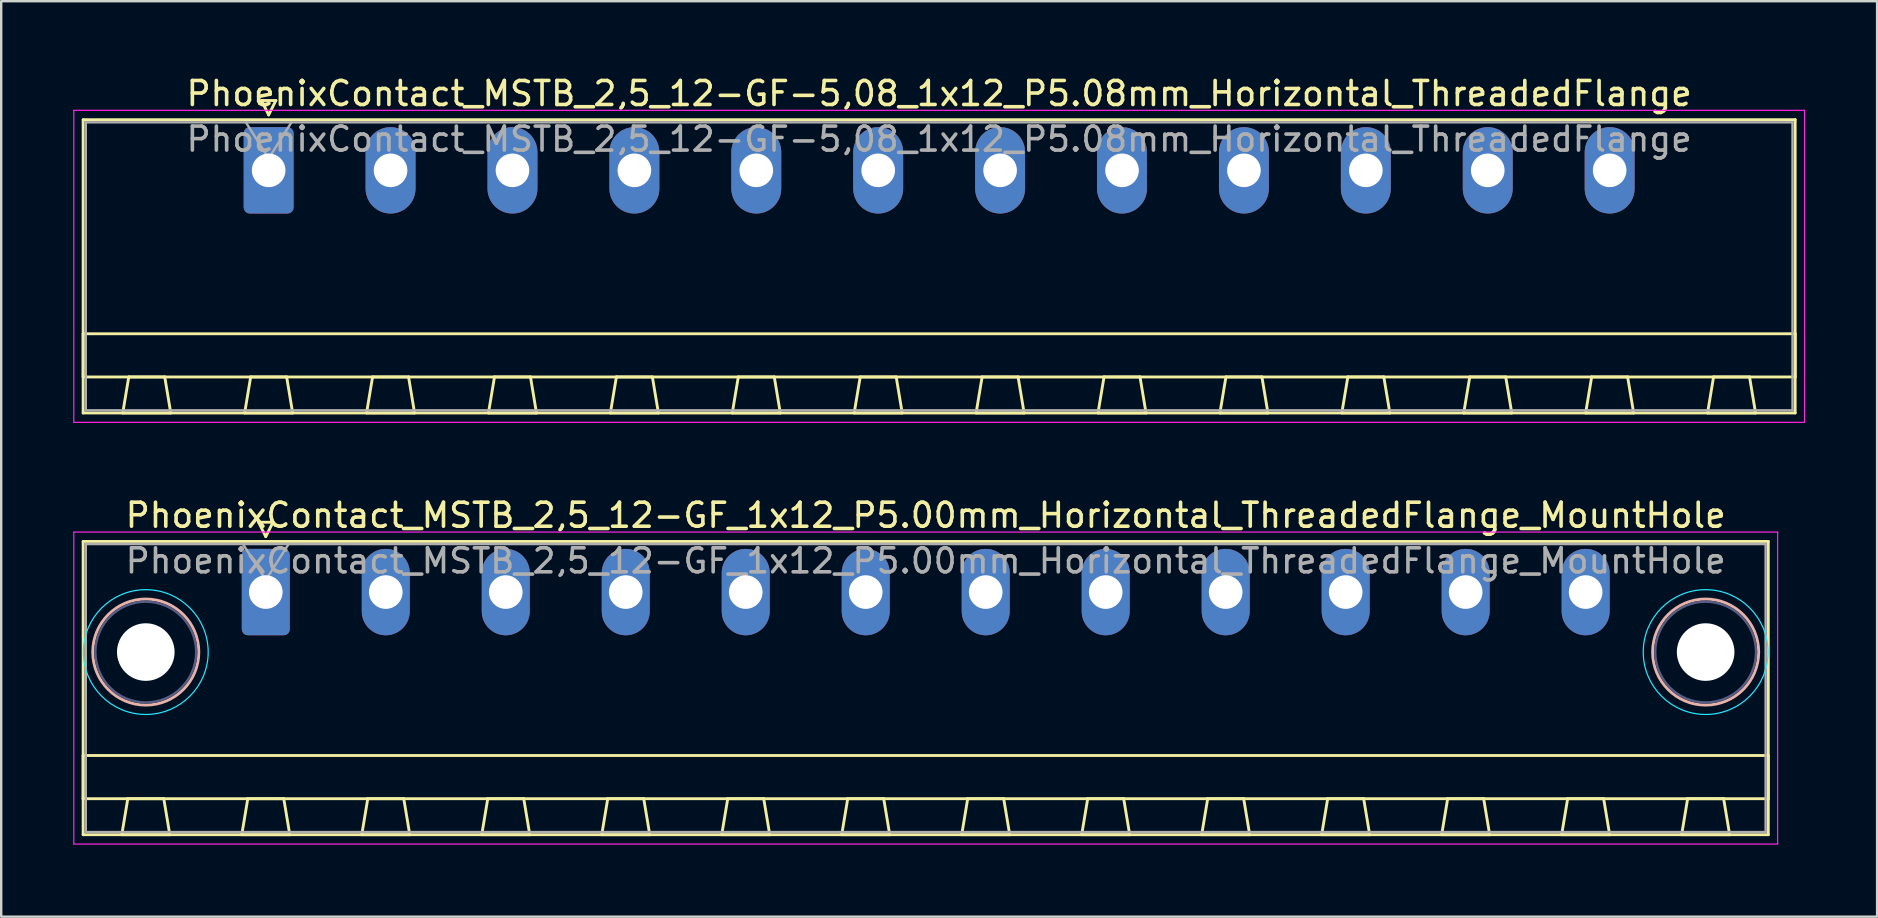
<source format=kicad_pcb>
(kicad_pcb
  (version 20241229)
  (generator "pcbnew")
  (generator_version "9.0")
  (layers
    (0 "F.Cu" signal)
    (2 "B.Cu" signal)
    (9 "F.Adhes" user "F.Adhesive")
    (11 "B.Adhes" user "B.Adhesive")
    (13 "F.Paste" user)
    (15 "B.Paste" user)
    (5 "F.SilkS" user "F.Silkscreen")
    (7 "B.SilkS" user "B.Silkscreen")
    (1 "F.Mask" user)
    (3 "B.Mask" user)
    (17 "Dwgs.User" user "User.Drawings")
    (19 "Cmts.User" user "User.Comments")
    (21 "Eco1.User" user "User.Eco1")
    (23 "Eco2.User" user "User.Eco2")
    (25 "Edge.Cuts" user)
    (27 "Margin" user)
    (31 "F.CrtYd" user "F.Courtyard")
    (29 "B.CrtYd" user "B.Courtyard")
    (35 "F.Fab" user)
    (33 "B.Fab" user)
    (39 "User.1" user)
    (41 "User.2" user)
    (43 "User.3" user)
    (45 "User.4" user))
  (footprint "PhoenixContact_MSTB_2,5_12-GF_1x12_P5.00mm_Horizontal_ThreadedFlange_MountHole"
    (layer "F.Cu")
    (at 8.025 21.622)
    (property "Reference" "PhoenixContact_MSTB_2,5_12-GF_1x12_P5.00mm_Horizontal_ThreadedFlange_MountHole" (at 27.5 -3.2 0) (layer "F.SilkS") (effects (font (size 1 1) (thickness 0.15))))
    (attr through_hole)
    (fp_line (start -7.61 -2.11) (end -7.61 10.11) (stroke (width 0.12) (type solid)) (layer "F.SilkS"))
    (fp_line (start -7.61 6.81) (end 62.61 6.81) (stroke (width 0.12) (type solid)) (layer "F.SilkS"))
    (fp_line (start -7.61 8.61) (end -7.61 6.81) (stroke (width 0.12) (type solid)) (layer "F.SilkS"))
    (fp_line (start -7.61 10.11) (end 62.61 10.11) (stroke (width 0.12) (type solid)) (layer "F.SilkS"))
    (fp_line (start -6 10.11) (end -4 10.11) (stroke (width 0.12) (type solid)) (layer "F.SilkS"))
    (fp_line (start -5.75 8.61) (end -6 10.11) (stroke (width 0.12) (type solid)) (layer "F.SilkS"))
    (fp_line (start -4.25 8.61) (end -5.75 8.61) (stroke (width 0.12) (type solid)) (layer "F.SilkS"))
    (fp_line (start -4 10.11) (end -4.25 8.61) (stroke (width 0.12) (type solid)) (layer "F.SilkS"))
    (fp_line (start -1 10.11) (end 1 10.11) (stroke (width 0.12) (type solid)) (layer "F.SilkS"))
    (fp_line (start -0.75 8.61) (end -1 10.11) (stroke (width 0.12) (type solid)) (layer "F.SilkS"))
    (fp_line (start -0.3 -2.91) (end 0.3 -2.91) (stroke (width 0.12) (type solid)) (layer "F.SilkS"))
    (fp_line (start 0 -2.31) (end -0.3 -2.91) (stroke (width 0.12) (type solid)) (layer "F.SilkS"))
    (fp_line (start 0.3 -2.91) (end 0 -2.31) (stroke (width 0.12) (type solid)) (layer "F.SilkS"))
    (fp_line (start 0.75 8.61) (end -0.75 8.61) (stroke (width 0.12) (type solid)) (layer "F.SilkS"))
    (fp_line (start 1 10.11) (end 0.75 8.61) (stroke (width 0.12) (type solid)) (layer "F.SilkS"))
    (fp_line (start 4 10.11) (end 6 10.11) (stroke (width 0.12) (type solid)) (layer "F.SilkS"))
    (fp_line (start 4.25 8.61) (end 4 10.11) (stroke (width 0.12) (type solid)) (layer "F.SilkS"))
    (fp_line (start 5.75 8.61) (end 4.25 8.61) (stroke (width 0.12) (type solid)) (layer "F.SilkS"))
    (fp_line (start 6 10.11) (end 5.75 8.61) (stroke (width 0.12) (type solid)) (layer "F.SilkS"))
    (fp_line (start 9 10.11) (end 11 10.11) (stroke (width 0.12) (type solid)) (layer "F.SilkS"))
    (fp_line (start 9.25 8.61) (end 9 10.11) (stroke (width 0.12) (type solid)) (layer "F.SilkS"))
    (fp_line (start 10.75 8.61) (end 9.25 8.61) (stroke (width 0.12) (type solid)) (layer "F.SilkS"))
    (fp_line (start 11 10.11) (end 10.75 8.61) (stroke (width 0.12) (type solid)) (layer "F.SilkS"))
    (fp_line (start 14 10.11) (end 16 10.11) (stroke (width 0.12) (type solid)) (layer "F.SilkS"))
    (fp_line (start 14.25 8.61) (end 14 10.11) (stroke (width 0.12) (type solid)) (layer "F.SilkS"))
    (fp_line (start 15.75 8.61) (end 14.25 8.61) (stroke (width 0.12) (type solid)) (layer "F.SilkS"))
    (fp_line (start 16 10.11) (end 15.75 8.61) (stroke (width 0.12) (type solid)) (layer "F.SilkS"))
    (fp_line (start 19 10.11) (end 21 10.11) (stroke (width 0.12) (type solid)) (layer "F.SilkS"))
    (fp_line (start 19.25 8.61) (end 19 10.11) (stroke (width 0.12) (type solid)) (layer "F.SilkS"))
    (fp_line (start 20.75 8.61) (end 19.25 8.61) (stroke (width 0.12) (type solid)) (layer "F.SilkS"))
    (fp_line (start 21 10.11) (end 20.75 8.61) (stroke (width 0.12) (type solid)) (layer "F.SilkS"))
    (fp_line (start 24 10.11) (end 26 10.11) (stroke (width 0.12) (type solid)) (layer "F.SilkS"))
    (fp_line (start 24.25 8.61) (end 24 10.11) (stroke (width 0.12) (type solid)) (layer "F.SilkS"))
    (fp_line (start 25.75 8.61) (end 24.25 8.61) (stroke (width 0.12) (type solid)) (layer "F.SilkS"))
    (fp_line (start 26 10.11) (end 25.75 8.61) (stroke (width 0.12) (type solid)) (layer "F.SilkS"))
    (fp_line (start 29 10.11) (end 31 10.11) (stroke (width 0.12) (type solid)) (layer "F.SilkS"))
    (fp_line (start 29.25 8.61) (end 29 10.11) (stroke (width 0.12) (type solid)) (layer "F.SilkS"))
    (fp_line (start 30.75 8.61) (end 29.25 8.61) (stroke (width 0.12) (type solid)) (layer "F.SilkS"))
    (fp_line (start 31 10.11) (end 30.75 8.61) (stroke (width 0.12) (type solid)) (layer "F.SilkS"))
    (fp_line (start 34 10.11) (end 36 10.11) (stroke (width 0.12) (type solid)) (layer "F.SilkS"))
    (fp_line (start 34.25 8.61) (end 34 10.11) (stroke (width 0.12) (type solid)) (layer "F.SilkS"))
    (fp_line (start 35.75 8.61) (end 34.25 8.61) (stroke (width 0.12) (type solid)) (layer "F.SilkS"))
    (fp_line (start 36 10.11) (end 35.75 8.61) (stroke (width 0.12) (type solid)) (layer "F.SilkS"))
    (fp_line (start 39 10.11) (end 41 10.11) (stroke (width 0.12) (type solid)) (layer "F.SilkS"))
    (fp_line (start 39.25 8.61) (end 39 10.11) (stroke (width 0.12) (type solid)) (layer "F.SilkS"))
    (fp_line (start 40.75 8.61) (end 39.25 8.61) (stroke (width 0.12) (type solid)) (layer "F.SilkS"))
    (fp_line (start 41 10.11) (end 40.75 8.61) (stroke (width 0.12) (type solid)) (layer "F.SilkS"))
    (fp_line (start 44 10.11) (end 46 10.11) (stroke (width 0.12) (type solid)) (layer "F.SilkS"))
    (fp_line (start 44.25 8.61) (end 44 10.11) (stroke (width 0.12) (type solid)) (layer "F.SilkS"))
    (fp_line (start 45.75 8.61) (end 44.25 8.61) (stroke (width 0.12) (type solid)) (layer "F.SilkS"))
    (fp_line (start 46 10.11) (end 45.75 8.61) (stroke (width 0.12) (type solid)) (layer "F.SilkS"))
    (fp_line (start 49 10.11) (end 51 10.11) (stroke (width 0.12) (type solid)) (layer "F.SilkS"))
    (fp_line (start 49.25 8.61) (end 49 10.11) (stroke (width 0.12) (type solid)) (layer "F.SilkS"))
    (fp_line (start 50.75 8.61) (end 49.25 8.61) (stroke (width 0.12) (type solid)) (layer "F.SilkS"))
    (fp_line (start 51 10.11) (end 50.75 8.61) (stroke (width 0.12) (type solid)) (layer "F.SilkS"))
    (fp_line (start 54 10.11) (end 56 10.11) (stroke (width 0.12) (type solid)) (layer "F.SilkS"))
    (fp_line (start 54.25 8.61) (end 54 10.11) (stroke (width 0.12) (type solid)) (layer "F.SilkS"))
    (fp_line (start 55.75 8.61) (end 54.25 8.61) (stroke (width 0.12) (type solid)) (layer "F.SilkS"))
    (fp_line (start 56 10.11) (end 55.75 8.61) (stroke (width 0.12) (type solid)) (layer "F.SilkS"))
    (fp_line (start 59 10.11) (end 61 10.11) (stroke (width 0.12) (type solid)) (layer "F.SilkS"))
    (fp_line (start 59.25 8.61) (end 59 10.11) (stroke (width 0.12) (type solid)) (layer "F.SilkS"))
    (fp_line (start 60.75 8.61) (end 59.25 8.61) (stroke (width 0.12) (type solid)) (layer "F.SilkS"))
    (fp_line (start 61 10.11) (end 60.75 8.61) (stroke (width 0.12) (type solid)) (layer "F.SilkS"))
    (fp_line (start 62.61 -2.11) (end -7.61 -2.11) (stroke (width 0.12) (type solid)) (layer "F.SilkS"))
    (fp_line (start 62.61 6.81) (end 62.61 8.61) (stroke (width 0.12) (type solid)) (layer "F.SilkS"))
    (fp_line (start 62.61 8.61) (end -7.61 8.61) (stroke (width 0.12) (type solid)) (layer "F.SilkS"))
    (fp_line (start 62.61 10.11) (end 62.61 -2.11) (stroke (width 0.12) (type solid)) (layer "F.SilkS"))
    (fp_circle (center -5 2.5) (end -2.79 2.5) (stroke (width 0.12) (type solid)) (fill no) (layer "B.SilkS"))
    (fp_circle (center 60 2.5) (end 62.21 2.5) (stroke (width 0.12) (type solid)) (fill no) (layer "B.SilkS"))
    (fp_circle (center -5 2.5) (end -2.4 2.5) (stroke (width 0.05) (type solid)) (fill no) (layer "B.CrtYd"))
    (fp_circle (center 60 2.5) (end 62.6 2.5) (stroke (width 0.05) (type solid)) (fill no) (layer "B.CrtYd"))
    (fp_line (start -8 -2.5) (end -8 10.5) (stroke (width 0.05) (type solid)) (layer "F.CrtYd"))
    (fp_line (start -8 10.5) (end 63 10.5) (stroke (width 0.05) (type solid)) (layer "F.CrtYd"))
    (fp_line (start 63 -2.5) (end -8 -2.5) (stroke (width 0.05) (type solid)) (layer "F.CrtYd"))
    (fp_line (start 63 10.5) (end 63 -2.5) (stroke (width 0.05) (type solid)) (layer "F.CrtYd"))
    (fp_circle (center -5 2.5) (end -2.9 2.5) (stroke (width 0.1) (type solid)) (fill no) (layer "B.Fab"))
    (fp_circle (center 60 2.5) (end 62.1 2.5) (stroke (width 0.1) (type solid)) (fill no) (layer "B.Fab"))
    (fp_line (start -7.5 -2) (end -7.5 10) (stroke (width 0.1) (type solid)) (layer "F.Fab"))
    (fp_line (start -7.5 10) (end 62.5 10) (stroke (width 0.1) (type solid)) (layer "F.Fab"))
    (fp_line (start 0 -0.5) (end -0.95 -2) (stroke (width 0.1) (type solid)) (layer "F.Fab"))
    (fp_line (start 0.95 -2) (end 0 -0.5) (stroke (width 0.1) (type solid)) (layer "F.Fab"))
    (fp_line (start 62.5 -2) (end -7.5 -2) (stroke (width 0.1) (type solid)) (layer "F.Fab"))
    (fp_line (start 62.5 10) (end 62.5 -2) (stroke (width 0.1) (type solid)) (layer "F.Fab"))
    (fp_text user "${REFERENCE}" (at 27.5 -1.3 0) (layer "F.Fab") (effects (font (size 1 1) (thickness 0.15))))
    (pad "" np_thru_hole circle (at -5 2.5) (size 2.4 2.4) (drill 2.4) (layers "*.Cu" "*.Mask"))
    (pad "" np_thru_hole circle (at 60 2.5) (size 2.4 2.4) (drill 2.4) (layers "*.Cu" "*.Mask"))
    (pad "1" thru_hole roundrect (at 0 0) (size 2 3.6) (drill 1.4) (layers "*.Cu" "*.Mask") (roundrect_rratio 0.125))
    (pad "2" thru_hole oval (at 5 0) (size 2 3.6) (drill 1.4) (layers "*.Cu" "*.Mask"))
    (pad "3" thru_hole oval (at 10 0) (size 2 3.6) (drill 1.4) (layers "*.Cu" "*.Mask"))
    (pad "4" thru_hole oval (at 15 0) (size 2 3.6) (drill 1.4) (layers "*.Cu" "*.Mask"))
    (pad "5" thru_hole oval (at 20 0) (size 2 3.6) (drill 1.4) (layers "*.Cu" "*.Mask"))
    (pad "6" thru_hole oval (at 25 0) (size 2 3.6) (drill 1.4) (layers "*.Cu" "*.Mask"))
    (pad "7" thru_hole oval (at 30 0) (size 2 3.6) (drill 1.4) (layers "*.Cu" "*.Mask"))
    (pad "8" thru_hole oval (at 35 0) (size 2 3.6) (drill 1.4) (layers "*.Cu" "*.Mask"))
    (pad "9" thru_hole oval (at 40 0) (size 2 3.6) (drill 1.4) (layers "*.Cu" "*.Mask"))
    (pad "10" thru_hole oval (at 45 0) (size 2 3.6) (drill 1.4) (layers "*.Cu" "*.Mask"))
    (pad "11" thru_hole oval (at 50 0) (size 2 3.6) (drill 1.4) (layers "*.Cu" "*.Mask"))
    (pad "12" thru_hole oval (at 55 0) (size 2 3.6) (drill 1.4) (layers "*.Cu" "*.Mask")))
  (footprint "PhoenixContact_MSTB_2,5_12-GF-5,08_1x12_P5.08mm_Horizontal_ThreadedFlange"
    (layer "F.Cu")
    (at 8.145 4.048)
    (property "Reference" "PhoenixContact_MSTB_2,5_12-GF-5,08_1x12_P5.08mm_Horizontal_ThreadedFlange" (at 27.94 -3.2 0) (layer "F.SilkS") (effects (font (size 1 1) (thickness 0.15))))
    (attr through_hole)
    (fp_line (start -7.73 -2.11) (end -7.73 10.11) (stroke (width 0.12) (type solid)) (layer "F.SilkS"))
    (fp_line (start -7.73 6.81) (end 63.61 6.81) (stroke (width 0.12) (type solid)) (layer "F.SilkS"))
    (fp_line (start -7.73 8.61) (end -7.73 6.81) (stroke (width 0.12) (type solid)) (layer "F.SilkS"))
    (fp_line (start -7.73 10.11) (end 63.61 10.11) (stroke (width 0.12) (type solid)) (layer "F.SilkS"))
    (fp_line (start -6.08 10.11) (end -4.08 10.11) (stroke (width 0.12) (type solid)) (layer "F.SilkS"))
    (fp_line (start -5.83 8.61) (end -6.08 10.11) (stroke (width 0.12) (type solid)) (layer "F.SilkS"))
    (fp_line (start -4.33 8.61) (end -5.83 8.61) (stroke (width 0.12) (type solid)) (layer "F.SilkS"))
    (fp_line (start -4.08 10.11) (end -4.33 8.61) (stroke (width 0.12) (type solid)) (layer "F.SilkS"))
    (fp_line (start -1 10.11) (end 1 10.11) (stroke (width 0.12) (type solid)) (layer "F.SilkS"))
    (fp_line (start -0.75 8.61) (end -1 10.11) (stroke (width 0.12) (type solid)) (layer "F.SilkS"))
    (fp_line (start -0.3 -2.91) (end 0.3 -2.91) (stroke (width 0.12) (type solid)) (layer "F.SilkS"))
    (fp_line (start 0 -2.31) (end -0.3 -2.91) (stroke (width 0.12) (type solid)) (layer "F.SilkS"))
    (fp_line (start 0.3 -2.91) (end 0 -2.31) (stroke (width 0.12) (type solid)) (layer "F.SilkS"))
    (fp_line (start 0.75 8.61) (end -0.75 8.61) (stroke (width 0.12) (type solid)) (layer "F.SilkS"))
    (fp_line (start 1 10.11) (end 0.75 8.61) (stroke (width 0.12) (type solid)) (layer "F.SilkS"))
    (fp_line (start 4.08 10.11) (end 6.08 10.11) (stroke (width 0.12) (type solid)) (layer "F.SilkS"))
    (fp_line (start 4.33 8.61) (end 4.08 10.11) (stroke (width 0.12) (type solid)) (layer "F.SilkS"))
    (fp_line (start 5.83 8.61) (end 4.33 8.61) (stroke (width 0.12) (type solid)) (layer "F.SilkS"))
    (fp_line (start 6.08 10.11) (end 5.83 8.61) (stroke (width 0.12) (type solid)) (layer "F.SilkS"))
    (fp_line (start 9.16 10.11) (end 11.16 10.11) (stroke (width 0.12) (type solid)) (layer "F.SilkS"))
    (fp_line (start 9.41 8.61) (end 9.16 10.11) (stroke (width 0.12) (type solid)) (layer "F.SilkS"))
    (fp_line (start 10.91 8.61) (end 9.41 8.61) (stroke (width 0.12) (type solid)) (layer "F.SilkS"))
    (fp_line (start 11.16 10.11) (end 10.91 8.61) (stroke (width 0.12) (type solid)) (layer "F.SilkS"))
    (fp_line (start 14.24 10.11) (end 16.24 10.11) (stroke (width 0.12) (type solid)) (layer "F.SilkS"))
    (fp_line (start 14.49 8.61) (end 14.24 10.11) (stroke (width 0.12) (type solid)) (layer "F.SilkS"))
    (fp_line (start 15.99 8.61) (end 14.49 8.61) (stroke (width 0.12) (type solid)) (layer "F.SilkS"))
    (fp_line (start 16.24 10.11) (end 15.99 8.61) (stroke (width 0.12) (type solid)) (layer "F.SilkS"))
    (fp_line (start 19.32 10.11) (end 21.32 10.11) (stroke (width 0.12) (type solid)) (layer "F.SilkS"))
    (fp_line (start 19.57 8.61) (end 19.32 10.11) (stroke (width 0.12) (type solid)) (layer "F.SilkS"))
    (fp_line (start 21.07 8.61) (end 19.57 8.61) (stroke (width 0.12) (type solid)) (layer "F.SilkS"))
    (fp_line (start 21.32 10.11) (end 21.07 8.61) (stroke (width 0.12) (type solid)) (layer "F.SilkS"))
    (fp_line (start 24.4 10.11) (end 26.4 10.11) (stroke (width 0.12) (type solid)) (layer "F.SilkS"))
    (fp_line (start 24.65 8.61) (end 24.4 10.11) (stroke (width 0.12) (type solid)) (layer "F.SilkS"))
    (fp_line (start 26.15 8.61) (end 24.65 8.61) (stroke (width 0.12) (type solid)) (layer "F.SilkS"))
    (fp_line (start 26.4 10.11) (end 26.15 8.61) (stroke (width 0.12) (type solid)) (layer "F.SilkS"))
    (fp_line (start 29.48 10.11) (end 31.48 10.11) (stroke (width 0.12) (type solid)) (layer "F.SilkS"))
    (fp_line (start 29.73 8.61) (end 29.48 10.11) (stroke (width 0.12) (type solid)) (layer "F.SilkS"))
    (fp_line (start 31.23 8.61) (end 29.73 8.61) (stroke (width 0.12) (type solid)) (layer "F.SilkS"))
    (fp_line (start 31.48 10.11) (end 31.23 8.61) (stroke (width 0.12) (type solid)) (layer "F.SilkS"))
    (fp_line (start 34.56 10.11) (end 36.56 10.11) (stroke (width 0.12) (type solid)) (layer "F.SilkS"))
    (fp_line (start 34.81 8.61) (end 34.56 10.11) (stroke (width 0.12) (type solid)) (layer "F.SilkS"))
    (fp_line (start 36.31 8.61) (end 34.81 8.61) (stroke (width 0.12) (type solid)) (layer "F.SilkS"))
    (fp_line (start 36.56 10.11) (end 36.31 8.61) (stroke (width 0.12) (type solid)) (layer "F.SilkS"))
    (fp_line (start 39.64 10.11) (end 41.64 10.11) (stroke (width 0.12) (type solid)) (layer "F.SilkS"))
    (fp_line (start 39.89 8.61) (end 39.64 10.11) (stroke (width 0.12) (type solid)) (layer "F.SilkS"))
    (fp_line (start 41.39 8.61) (end 39.89 8.61) (stroke (width 0.12) (type solid)) (layer "F.SilkS"))
    (fp_line (start 41.64 10.11) (end 41.39 8.61) (stroke (width 0.12) (type solid)) (layer "F.SilkS"))
    (fp_line (start 44.72 10.11) (end 46.72 10.11) (stroke (width 0.12) (type solid)) (layer "F.SilkS"))
    (fp_line (start 44.97 8.61) (end 44.72 10.11) (stroke (width 0.12) (type solid)) (layer "F.SilkS"))
    (fp_line (start 46.47 8.61) (end 44.97 8.61) (stroke (width 0.12) (type solid)) (layer "F.SilkS"))
    (fp_line (start 46.72 10.11) (end 46.47 8.61) (stroke (width 0.12) (type solid)) (layer "F.SilkS"))
    (fp_line (start 49.8 10.11) (end 51.8 10.11) (stroke (width 0.12) (type solid)) (layer "F.SilkS"))
    (fp_line (start 50.05 8.61) (end 49.8 10.11) (stroke (width 0.12) (type solid)) (layer "F.SilkS"))
    (fp_line (start 51.55 8.61) (end 50.05 8.61) (stroke (width 0.12) (type solid)) (layer "F.SilkS"))
    (fp_line (start 51.8 10.11) (end 51.55 8.61) (stroke (width 0.12) (type solid)) (layer "F.SilkS"))
    (fp_line (start 54.88 10.11) (end 56.88 10.11) (stroke (width 0.12) (type solid)) (layer "F.SilkS"))
    (fp_line (start 55.13 8.61) (end 54.88 10.11) (stroke (width 0.12) (type solid)) (layer "F.SilkS"))
    (fp_line (start 56.63 8.61) (end 55.13 8.61) (stroke (width 0.12) (type solid)) (layer "F.SilkS"))
    (fp_line (start 56.88 10.11) (end 56.63 8.61) (stroke (width 0.12) (type solid)) (layer "F.SilkS"))
    (fp_line (start 59.96 10.11) (end 61.96 10.11) (stroke (width 0.12) (type solid)) (layer "F.SilkS"))
    (fp_line (start 60.21 8.61) (end 59.96 10.11) (stroke (width 0.12) (type solid)) (layer "F.SilkS"))
    (fp_line (start 61.71 8.61) (end 60.21 8.61) (stroke (width 0.12) (type solid)) (layer "F.SilkS"))
    (fp_line (start 61.96 10.11) (end 61.71 8.61) (stroke (width 0.12) (type solid)) (layer "F.SilkS"))
    (fp_line (start 63.61 -2.11) (end -7.73 -2.11) (stroke (width 0.12) (type solid)) (layer "F.SilkS"))
    (fp_line (start 63.61 6.81) (end 63.61 8.61) (stroke (width 0.12) (type solid)) (layer "F.SilkS"))
    (fp_line (start 63.61 8.61) (end -7.73 8.61) (stroke (width 0.12) (type solid)) (layer "F.SilkS"))
    (fp_line (start 63.61 10.11) (end 63.61 -2.11) (stroke (width 0.12) (type solid)) (layer "F.SilkS"))
    (fp_line (start -8.12 -2.5) (end -8.12 10.5) (stroke (width 0.05) (type solid)) (layer "F.CrtYd"))
    (fp_line (start -8.12 10.5) (end 64 10.5) (stroke (width 0.05) (type solid)) (layer "F.CrtYd"))
    (fp_line (start 64 -2.5) (end -8.12 -2.5) (stroke (width 0.05) (type solid)) (layer "F.CrtYd"))
    (fp_line (start 64 10.5) (end 64 -2.5) (stroke (width 0.05) (type solid)) (layer "F.CrtYd"))
    (fp_line (start -7.62 -2) (end -7.62 10) (stroke (width 0.1) (type solid)) (layer "F.Fab"))
    (fp_line (start -7.62 10) (end 63.5 10) (stroke (width 0.1) (type solid)) (layer "F.Fab"))
    (fp_line (start 0 -0.5) (end -0.95 -2) (stroke (width 0.1) (type solid)) (layer "F.Fab"))
    (fp_line (start 0.95 -2) (end 0 -0.5) (stroke (width 0.1) (type solid)) (layer "F.Fab"))
    (fp_line (start 63.5 -2) (end -7.62 -2) (stroke (width 0.1) (type solid)) (layer "F.Fab"))
    (fp_line (start 63.5 10) (end 63.5 -2) (stroke (width 0.1) (type solid)) (layer "F.Fab"))
    (fp_text user "${REFERENCE}" (at 27.94 -1.3 0) (layer "F.Fab") (effects (font (size 1 1) (thickness 0.15))))
    (pad "1" thru_hole roundrect (at 0 0) (size 2.08 3.6) (drill 1.4) (layers "*.Cu" "*.Mask") (roundrect_rratio 0.12))
    (pad "2" thru_hole oval (at 5.08 0) (size 2.08 3.6) (drill 1.4) (layers "*.Cu" "*.Mask"))
    (pad "3" thru_hole oval (at 10.16 0) (size 2.08 3.6) (drill 1.4) (layers "*.Cu" "*.Mask"))
    (pad "4" thru_hole oval (at 15.24 0) (size 2.08 3.6) (drill 1.4) (layers "*.Cu" "*.Mask"))
    (pad "5" thru_hole oval (at 20.32 0) (size 2.08 3.6) (drill 1.4) (layers "*.Cu" "*.Mask"))
    (pad "6" thru_hole oval (at 25.4 0) (size 2.08 3.6) (drill 1.4) (layers "*.Cu" "*.Mask"))
    (pad "7" thru_hole oval (at 30.48 0) (size 2.08 3.6) (drill 1.4) (layers "*.Cu" "*.Mask"))
    (pad "8" thru_hole oval (at 35.56 0) (size 2.08 3.6) (drill 1.4) (layers "*.Cu" "*.Mask"))
    (pad "9" thru_hole oval (at 40.64 0) (size 2.08 3.6) (drill 1.4) (layers "*.Cu" "*.Mask"))
    (pad "10" thru_hole oval (at 45.72 0) (size 2.08 3.6) (drill 1.4) (layers "*.Cu" "*.Mask"))
    (pad "11" thru_hole oval (at 50.8 0) (size 2.08 3.6) (drill 1.4) (layers "*.Cu" "*.Mask"))
    (pad "12" thru_hole oval (at 55.88 0) (size 2.08 3.6) (drill 1.4) (layers "*.Cu" "*.Mask")))
  (gr_rect
    (start -3 -3)
    (end 75.17 35.147)
    (stroke (width 0.1) (type default))
    (fill no)
    (layer "Edge.Cuts")))
</source>
